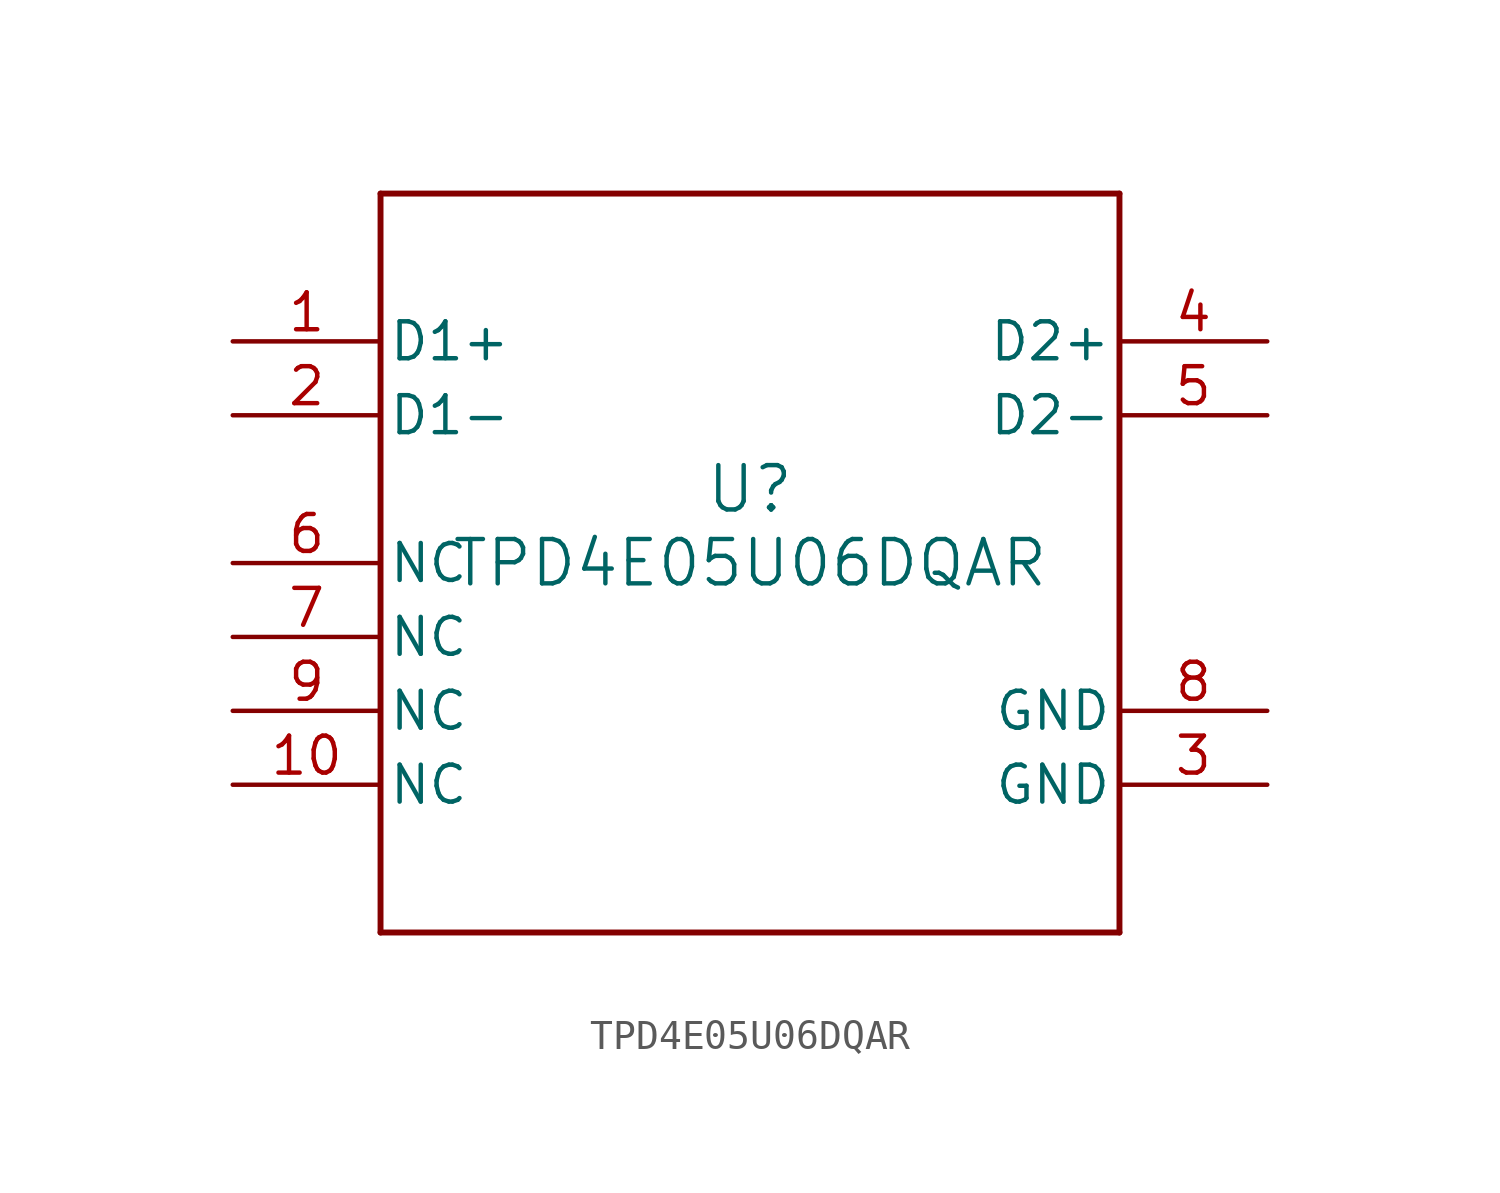
<source format=kicad_sym>
(kicad_symbol_lib
  (version 20211014)
  (generator kicad_symbol_editor)
  (symbol "TPD4E05U06DQAR"
    (pin_names
      (offset 0.254))
    (property "Reference" "U"
      (at 0 2.54 0)
      (effects (font (size 1.524 1.524))))
    (property "Value" "TPD4E05U06DQAR"
      (at 0 0 0)
      (effects (font (size 1.524 1.524))))
    (polyline
      (pts (xy -12.7 -12.7) (xy 12.7 -12.7))
      (stroke (width 0.203) (type default) (color 0 0 0 0))
      (fill (type none)))
    (polyline
      (pts (xy 12.7 -12.7) (xy 12.7 12.7))
      (stroke (width 0.203) (type default) (color 0 0 0 0))
      (fill (type none)))
    (polyline
      (pts (xy 12.7 12.7) (xy -12.7 12.7))
      (stroke (width 0.203) (type default) (color 0 0 0 0))
      (fill (type none)))
    (polyline
      (pts (xy -12.7 12.7) (xy -12.7 -12.7))
      (stroke (width 0.203) (type default) (color 0 0 0 0))
      (fill (type none)))
    (pin bidirectional line
      (at -17.78 7.62 0)
      (length 5.08)
      (name "D1+" (effects (font (size 1.27 1.27))))
      (number "1" (effects (font (size 1.27 1.27)))))
    (pin bidirectional line
      (at -17.78 5.08 0)
      (length 5.08)
      (name "D1-" (effects (font (size 1.27 1.27))))
      (number "2" (effects (font (size 1.27 1.27)))))
    (pin power_in line
      (at 17.78 -7.62 180)
      (length 5.08)
      (name "GND" (effects (font (size 1.27 1.27))))
      (number "3" (effects (font (size 1.27 1.27)))))
    (pin bidirectional line
      (at 17.78 7.62 180)
      (length 5.08)
      (name "D2+" (effects (font (size 1.27 1.27))))
      (number "4" (effects (font (size 1.27 1.27)))))
    (pin bidirectional line
      (at 17.78 5.08 180)
      (length 5.08)
      (name "D2-" (effects (font (size 1.27 1.27))))
      (number "5" (effects (font (size 1.27 1.27)))))
    (pin unspecified line
      (at -17.78 0 0)
      (length 5.08)
      (name "NC" (effects (font (size 1.27 1.27))))
      (number "6" (effects (font (size 1.27 1.27)))))
    (pin unspecified line
      (at -17.78 -2.54 0)
      (length 5.08)
      (name "NC" (effects (font (size 1.27 1.27))))
      (number "7" (effects (font (size 1.27 1.27)))))
    (pin power_in line
      (at 17.78 -5.08 180)
      (length 5.08)
      (name "GND" (effects (font (size 1.27 1.27))))
      (number "8" (effects (font (size 1.27 1.27)))))
    (pin unspecified line
      (at -17.78 -5.08 0)
      (length 5.08)
      (name "NC" (effects (font (size 1.27 1.27))))
      (number "9" (effects (font (size 1.27 1.27)))))
    (pin unspecified line
      (at -17.78 -7.62 0)
      (length 5.08)
      (name "NC" (effects (font (size 1.27 1.27))))
      (number "10" (effects (font (size 1.27 1.27)))))))
</source>
